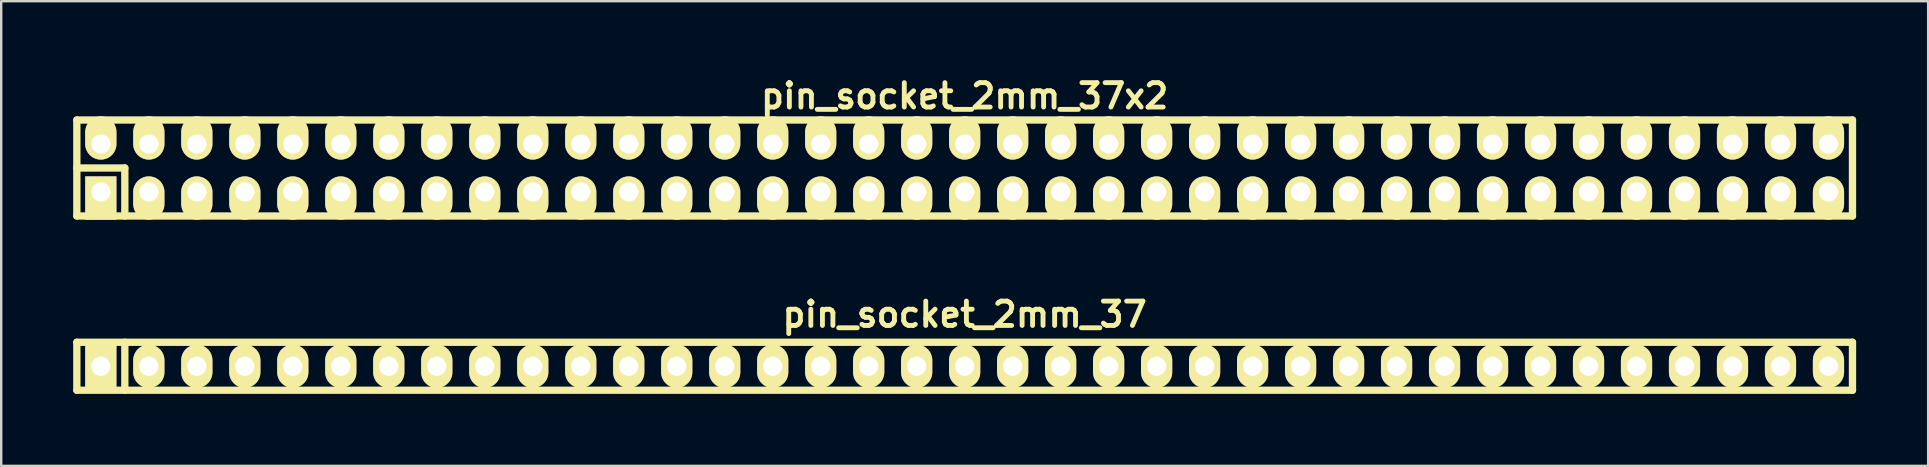
<source format=kicad_pcb>
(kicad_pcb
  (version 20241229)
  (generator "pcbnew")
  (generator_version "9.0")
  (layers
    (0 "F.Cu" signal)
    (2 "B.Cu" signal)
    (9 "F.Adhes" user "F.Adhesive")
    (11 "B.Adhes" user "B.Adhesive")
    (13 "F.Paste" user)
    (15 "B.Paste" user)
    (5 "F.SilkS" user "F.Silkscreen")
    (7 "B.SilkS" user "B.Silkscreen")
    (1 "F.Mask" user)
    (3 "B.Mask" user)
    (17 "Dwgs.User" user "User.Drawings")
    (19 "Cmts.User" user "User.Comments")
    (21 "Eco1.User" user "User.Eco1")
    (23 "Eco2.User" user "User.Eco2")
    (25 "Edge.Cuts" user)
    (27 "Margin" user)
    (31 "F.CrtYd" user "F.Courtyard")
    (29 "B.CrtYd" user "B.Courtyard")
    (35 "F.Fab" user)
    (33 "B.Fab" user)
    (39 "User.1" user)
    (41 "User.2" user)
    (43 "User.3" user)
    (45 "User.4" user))
  (footprint "pin_socket_2mm_37"
    (layer "F.Cu")
    (at 37.152 12.213)
    (property "Reference" "pin_socket_2mm_37" (at 0 -2.159 0) (layer "F.SilkS") (effects (font (size 1.016 1.016) (thickness 0.203))))
    (attr through_hole)
    (fp_line (start -37 -1) (end 37 -1) (stroke (width 0.305) (type solid)) (layer "F.SilkS"))
    (fp_line (start -37 1) (end -37 -1) (stroke (width 0.305) (type solid)) (layer "F.SilkS"))
    (fp_line (start -35 -1) (end -35 1) (stroke (width 0.305) (type solid)) (layer "F.SilkS"))
    (fp_line (start 37 -1) (end 37 1) (stroke (width 0.305) (type solid)) (layer "F.SilkS"))
    (fp_line (start 37 1) (end -37 1) (stroke (width 0.305) (type solid)) (layer "F.SilkS"))
    (pad "1" thru_hole rect (at -36 0) (size 1.3 1.8) (drill 0.8) (layers "*.Cu" "*.Mask" "F.SilkS"))
    (pad "2" thru_hole oval (at -34 0) (size 1.3 1.8) (drill 0.8) (layers "*.Cu" "*.Mask" "F.SilkS"))
    (pad "3" thru_hole oval (at -32 0) (size 1.3 1.8) (drill 0.8) (layers "*.Cu" "*.Mask" "F.SilkS"))
    (pad "4" thru_hole oval (at -30 0) (size 1.3 1.8) (drill 0.8) (layers "*.Cu" "*.Mask" "F.SilkS"))
    (pad "5" thru_hole oval (at -28 0) (size 1.3 1.8) (drill 0.8) (layers "*.Cu" "*.Mask" "F.SilkS"))
    (pad "6" thru_hole oval (at -26 0) (size 1.3 1.8) (drill 0.8) (layers "*.Cu" "*.Mask" "F.SilkS"))
    (pad "7" thru_hole oval (at -24 0) (size 1.3 1.8) (drill 0.8) (layers "*.Cu" "*.Mask" "F.SilkS"))
    (pad "8" thru_hole oval (at -22 0) (size 1.3 1.8) (drill 0.8) (layers "*.Cu" "*.Mask" "F.SilkS"))
    (pad "9" thru_hole oval (at -20 0) (size 1.3 1.8) (drill 0.8) (layers "*.Cu" "*.Mask" "F.SilkS"))
    (pad "10" thru_hole oval (at -18 0) (size 1.3 1.8) (drill 0.8) (layers "*.Cu" "*.Mask" "F.SilkS"))
    (pad "11" thru_hole oval (at -16 0) (size 1.3 1.8) (drill 0.8) (layers "*.Cu" "*.Mask" "F.SilkS"))
    (pad "12" thru_hole oval (at -14 0) (size 1.3 1.8) (drill 0.8) (layers "*.Cu" "*.Mask" "F.SilkS"))
    (pad "13" thru_hole oval (at -12 0) (size 1.3 1.8) (drill 0.8) (layers "*.Cu" "*.Mask" "F.SilkS"))
    (pad "14" thru_hole oval (at -10 0) (size 1.3 1.8) (drill 0.8) (layers "*.Cu" "*.Mask" "F.SilkS"))
    (pad "15" thru_hole oval (at -8 0) (size 1.3 1.8) (drill 0.8) (layers "*.Cu" "*.Mask" "F.SilkS"))
    (pad "16" thru_hole oval (at -6 0) (size 1.3 1.8) (drill 0.8) (layers "*.Cu" "*.Mask" "F.SilkS"))
    (pad "17" thru_hole oval (at -4 0) (size 1.3 1.8) (drill 0.8) (layers "*.Cu" "*.Mask" "F.SilkS"))
    (pad "18" thru_hole oval (at -2 0) (size 1.3 1.8) (drill 0.8) (layers "*.Cu" "*.Mask" "F.SilkS"))
    (pad "19" thru_hole oval (at 0 0) (size 1.3 1.8) (drill 0.8) (layers "*.Cu" "*.Mask" "F.SilkS"))
    (pad "20" thru_hole oval (at 2 0) (size 1.3 1.8) (drill 0.8) (layers "*.Cu" "*.Mask" "F.SilkS"))
    (pad "21" thru_hole oval (at 4 0) (size 1.3 1.8) (drill 0.8) (layers "*.Cu" "*.Mask" "F.SilkS"))
    (pad "22" thru_hole oval (at 6 0) (size 1.3 1.8) (drill 0.8) (layers "*.Cu" "*.Mask" "F.SilkS"))
    (pad "23" thru_hole oval (at 8 0) (size 1.3 1.8) (drill 0.8) (layers "*.Cu" "*.Mask" "F.SilkS"))
    (pad "24" thru_hole oval (at 10 0) (size 1.3 1.8) (drill 0.8) (layers "*.Cu" "*.Mask" "F.SilkS"))
    (pad "25" thru_hole oval (at 12 0) (size 1.3 1.8) (drill 0.8) (layers "*.Cu" "*.Mask" "F.SilkS"))
    (pad "26" thru_hole oval (at 14 0) (size 1.3 1.8) (drill 0.8) (layers "*.Cu" "*.Mask" "F.SilkS"))
    (pad "27" thru_hole oval (at 16 0) (size 1.3 1.8) (drill 0.8) (layers "*.Cu" "*.Mask" "F.SilkS"))
    (pad "28" thru_hole oval (at 18 0) (size 1.3 1.8) (drill 0.8) (layers "*.Cu" "*.Mask" "F.SilkS"))
    (pad "29" thru_hole oval (at 20 0) (size 1.3 1.8) (drill 0.8) (layers "*.Cu" "*.Mask" "F.SilkS"))
    (pad "30" thru_hole oval (at 22 0) (size 1.3 1.8) (drill 0.8) (layers "*.Cu" "*.Mask" "F.SilkS"))
    (pad "31" thru_hole oval (at 24 0) (size 1.3 1.8) (drill 0.8) (layers "*.Cu" "*.Mask" "F.SilkS"))
    (pad "32" thru_hole oval (at 26 0) (size 1.3 1.8) (drill 0.8) (layers "*.Cu" "*.Mask" "F.SilkS"))
    (pad "33" thru_hole oval (at 28 0) (size 1.3 1.8) (drill 0.8) (layers "*.Cu" "*.Mask" "F.SilkS"))
    (pad "34" thru_hole oval (at 30 0) (size 1.3 1.8) (drill 0.8) (layers "*.Cu" "*.Mask" "F.SilkS"))
    (pad "35" thru_hole oval (at 32 0) (size 1.3 1.8) (drill 0.8) (layers "*.Cu" "*.Mask" "F.SilkS"))
    (pad "36" thru_hole oval (at 34 0) (size 1.3 1.8) (drill 0.8) (layers "*.Cu" "*.Mask" "F.SilkS"))
    (pad "37" thru_hole oval (at 36 0) (size 1.3 1.8) (drill 0.8) (layers "*.Cu" "*.Mask" "F.SilkS")))
  (footprint "pin_socket_2mm_37x2"
    (layer "F.Cu")
    (at 37.152 3.951)
    (property "Reference" "pin_socket_2mm_37x2" (at 0 -3 0) (layer "F.SilkS") (effects (font (size 1.016 1.016) (thickness 0.203))))
    (attr through_hole)
    (fp_line (start -37 -2) (end 37 -2) (stroke (width 0.305) (type solid)) (layer "F.SilkS"))
    (fp_line (start -37 0) (end -35 0) (stroke (width 0.305) (type solid)) (layer "F.SilkS"))
    (fp_line (start -37 2) (end -37 -2) (stroke (width 0.305) (type solid)) (layer "F.SilkS"))
    (fp_line (start -35 0) (end -35 2) (stroke (width 0.305) (type solid)) (layer "F.SilkS"))
    (fp_line (start 37 -2) (end 37 2) (stroke (width 0.305) (type solid)) (layer "F.SilkS"))
    (fp_line (start 37 2) (end -37 2) (stroke (width 0.305) (type solid)) (layer "F.SilkS"))
    (pad "1" thru_hole rect (at -36 1) (size 1.3 1.8) (drill 0.8 (offset 0 0.25)) (layers "*.Cu" "*.Mask" "F.SilkS"))
    (pad "2" thru_hole oval (at -36 -1) (size 1.3 1.8) (drill 0.8 (offset 0 -0.25)) (layers "*.Cu" "*.Mask" "F.SilkS"))
    (pad "3" thru_hole oval (at -34 1) (size 1.3 1.8) (drill 0.8 (offset 0 0.25)) (layers "*.Cu" "*.Mask" "F.SilkS"))
    (pad "4" thru_hole oval (at -34 -1) (size 1.3 1.8) (drill 0.8 (offset 0 -0.25)) (layers "*.Cu" "*.Mask" "F.SilkS"))
    (pad "5" thru_hole oval (at -32 1) (size 1.3 1.8) (drill 0.8 (offset 0 0.25)) (layers "*.Cu" "*.Mask" "F.SilkS"))
    (pad "6" thru_hole oval (at -32 -1) (size 1.3 1.8) (drill 0.8 (offset 0 -0.25)) (layers "*.Cu" "*.Mask" "F.SilkS"))
    (pad "7" thru_hole oval (at -30 1) (size 1.3 1.8) (drill 0.8 (offset 0 0.25)) (layers "*.Cu" "*.Mask" "F.SilkS"))
    (pad "8" thru_hole oval (at -30 -1) (size 1.3 1.8) (drill 0.8 (offset 0 -0.25)) (layers "*.Cu" "*.Mask" "F.SilkS"))
    (pad "9" thru_hole oval (at -28 1) (size 1.3 1.8) (drill 0.8 (offset 0 0.25)) (layers "*.Cu" "*.Mask" "F.SilkS"))
    (pad "10" thru_hole oval (at -28 -1) (size 1.3 1.8) (drill 0.8 (offset 0 -0.25)) (layers "*.Cu" "*.Mask" "F.SilkS"))
    (pad "11" thru_hole oval (at -26 1) (size 1.3 1.8) (drill 0.8 (offset 0 0.25)) (layers "*.Cu" "*.Mask" "F.SilkS"))
    (pad "12" thru_hole oval (at -26 -1) (size 1.3 1.8) (drill 0.8 (offset 0 -0.25)) (layers "*.Cu" "*.Mask" "F.SilkS"))
    (pad "13" thru_hole oval (at -24 1) (size 1.3 1.8) (drill 0.8 (offset 0 0.25)) (layers "*.Cu" "*.Mask" "F.SilkS"))
    (pad "14" thru_hole oval (at -24 -1) (size 1.3 1.8) (drill 0.8 (offset 0 -0.25)) (layers "*.Cu" "*.Mask" "F.SilkS"))
    (pad "15" thru_hole oval (at -22 1) (size 1.3 1.8) (drill 0.8 (offset 0 0.25)) (layers "*.Cu" "*.Mask" "F.SilkS"))
    (pad "16" thru_hole oval (at -22 -1) (size 1.3 1.8) (drill 0.8 (offset 0 -0.25)) (layers "*.Cu" "*.Mask" "F.SilkS"))
    (pad "17" thru_hole oval (at -20 1) (size 1.3 1.8) (drill 0.8 (offset 0 0.25)) (layers "*.Cu" "*.Mask" "F.SilkS"))
    (pad "18" thru_hole oval (at -20 -1) (size 1.3 1.8) (drill 0.8 (offset 0 -0.25)) (layers "*.Cu" "*.Mask" "F.SilkS"))
    (pad "19" thru_hole oval (at -18 1) (size 1.3 1.8) (drill 0.8 (offset 0 0.25)) (layers "*.Cu" "*.Mask" "F.SilkS"))
    (pad "20" thru_hole oval (at -18 -1) (size 1.3 1.8) (drill 0.8 (offset 0 -0.25)) (layers "*.Cu" "*.Mask" "F.SilkS"))
    (pad "21" thru_hole oval (at -16 1) (size 1.3 1.8) (drill 0.8 (offset 0 0.25)) (layers "*.Cu" "*.Mask" "F.SilkS"))
    (pad "22" thru_hole oval (at -16 -1) (size 1.3 1.8) (drill 0.8 (offset 0 -0.25)) (layers "*.Cu" "*.Mask" "F.SilkS"))
    (pad "23" thru_hole oval (at -14 1) (size 1.3 1.8) (drill 0.8 (offset 0 0.25)) (layers "*.Cu" "*.Mask" "F.SilkS"))
    (pad "24" thru_hole oval (at -14 -1) (size 1.3 1.8) (drill 0.8 (offset 0 -0.25)) (layers "*.Cu" "*.Mask" "F.SilkS"))
    (pad "25" thru_hole oval (at -12 1) (size 1.3 1.8) (drill 0.8 (offset 0 0.25)) (layers "*.Cu" "*.Mask" "F.SilkS"))
    (pad "26" thru_hole oval (at -12 -1) (size 1.3 1.8) (drill 0.8 (offset 0 -0.25)) (layers "*.Cu" "*.Mask" "F.SilkS"))
    (pad "27" thru_hole oval (at -10 1) (size 1.3 1.8) (drill 0.8 (offset 0 0.25)) (layers "*.Cu" "*.Mask" "F.SilkS"))
    (pad "28" thru_hole oval (at -10 -1) (size 1.3 1.8) (drill 0.8 (offset 0 -0.25)) (layers "*.Cu" "*.Mask" "F.SilkS"))
    (pad "29" thru_hole oval (at -8 1) (size 1.3 1.8) (drill 0.8 (offset 0 0.25)) (layers "*.Cu" "*.Mask" "F.SilkS"))
    (pad "30" thru_hole oval (at -8 -1) (size 1.3 1.8) (drill 0.8 (offset 0 -0.25)) (layers "*.Cu" "*.Mask" "F.SilkS"))
    (pad "31" thru_hole oval (at -6 1) (size 1.3 1.8) (drill 0.8 (offset 0 0.25)) (layers "*.Cu" "*.Mask" "F.SilkS"))
    (pad "32" thru_hole oval (at -6 -1) (size 1.3 1.8) (drill 0.8 (offset 0 -0.25)) (layers "*.Cu" "*.Mask" "F.SilkS"))
    (pad "33" thru_hole oval (at -4 1) (size 1.3 1.8) (drill 0.8 (offset 0 0.25)) (layers "*.Cu" "*.Mask" "F.SilkS"))
    (pad "34" thru_hole oval (at -4 -1) (size 1.3 1.8) (drill 0.8 (offset 0 -0.25)) (layers "*.Cu" "*.Mask" "F.SilkS"))
    (pad "35" thru_hole oval (at -2 1) (size 1.3 1.8) (drill 0.8 (offset 0 0.25)) (layers "*.Cu" "*.Mask" "F.SilkS"))
    (pad "36" thru_hole oval (at -2 -1) (size 1.3 1.8) (drill 0.8 (offset 0 -0.25)) (layers "*.Cu" "*.Mask" "F.SilkS"))
    (pad "37" thru_hole oval (at 0 1) (size 1.3 1.8) (drill 0.8 (offset 0 0.25)) (layers "*.Cu" "*.Mask" "F.SilkS"))
    (pad "38" thru_hole oval (at 0 -1) (size 1.3 1.8) (drill 0.8 (offset 0 -0.25)) (layers "*.Cu" "*.Mask" "F.SilkS"))
    (pad "39" thru_hole oval (at 2 1) (size 1.3 1.8) (drill 0.8 (offset 0 0.25)) (layers "*.Cu" "*.Mask" "F.SilkS"))
    (pad "40" thru_hole oval (at 2 -1) (size 1.3 1.8) (drill 0.8 (offset 0 -0.25)) (layers "*.Cu" "*.Mask" "F.SilkS"))
    (pad "41" thru_hole oval (at 4 1) (size 1.3 1.8) (drill 0.8 (offset 0 0.25)) (layers "*.Cu" "*.Mask" "F.SilkS"))
    (pad "42" thru_hole oval (at 4 -1) (size 1.3 1.8) (drill 0.8 (offset 0 -0.25)) (layers "*.Cu" "*.Mask" "F.SilkS"))
    (pad "43" thru_hole oval (at 6 1) (size 1.3 1.8) (drill 0.8 (offset 0 0.25)) (layers "*.Cu" "*.Mask" "F.SilkS"))
    (pad "44" thru_hole oval (at 6 -1) (size 1.3 1.8) (drill 0.8 (offset 0 -0.25)) (layers "*.Cu" "*.Mask" "F.SilkS"))
    (pad "45" thru_hole oval (at 8 1) (size 1.3 1.8) (drill 0.8 (offset 0 0.25)) (layers "*.Cu" "*.Mask" "F.SilkS"))
    (pad "46" thru_hole oval (at 8 -1) (size 1.3 1.8) (drill 0.8 (offset 0 -0.25)) (layers "*.Cu" "*.Mask" "F.SilkS"))
    (pad "47" thru_hole oval (at 10 1) (size 1.3 1.8) (drill 0.8 (offset 0 0.25)) (layers "*.Cu" "*.Mask" "F.SilkS"))
    (pad "48" thru_hole oval (at 10 -1) (size 1.3 1.8) (drill 0.8 (offset 0 -0.25)) (layers "*.Cu" "*.Mask" "F.SilkS"))
    (pad "49" thru_hole oval (at 12 1) (size 1.3 1.8) (drill 0.8 (offset 0 0.25)) (layers "*.Cu" "*.Mask" "F.SilkS"))
    (pad "50" thru_hole oval (at 12 -1) (size 1.3 1.8) (drill 0.8 (offset 0 -0.25)) (layers "*.Cu" "*.Mask" "F.SilkS"))
    (pad "51" thru_hole oval (at 14 1) (size 1.3 1.8) (drill 0.8 (offset 0 0.25)) (layers "*.Cu" "*.Mask" "F.SilkS"))
    (pad "52" thru_hole oval (at 14 -1) (size 1.3 1.8) (drill 0.8 (offset 0 -0.25)) (layers "*.Cu" "*.Mask" "F.SilkS"))
    (pad "53" thru_hole oval (at 16 1) (size 1.3 1.8) (drill 0.8 (offset 0 0.25)) (layers "*.Cu" "*.Mask" "F.SilkS"))
    (pad "54" thru_hole oval (at 16 -1) (size 1.3 1.8) (drill 0.8 (offset 0 -0.25)) (layers "*.Cu" "*.Mask" "F.SilkS"))
    (pad "55" thru_hole oval (at 18 1) (size 1.3 1.8) (drill 0.8 (offset 0 0.25)) (layers "*.Cu" "*.Mask" "F.SilkS"))
    (pad "56" thru_hole oval (at 18 -1) (size 1.3 1.8) (drill 0.8 (offset 0 -0.25)) (layers "*.Cu" "*.Mask" "F.SilkS"))
    (pad "57" thru_hole oval (at 20 1) (size 1.3 1.8) (drill 0.8 (offset 0 0.25)) (layers "*.Cu" "*.Mask" "F.SilkS"))
    (pad "58" thru_hole oval (at 20 -1) (size 1.3 1.8) (drill 0.8 (offset 0 -0.25)) (layers "*.Cu" "*.Mask" "F.SilkS"))
    (pad "59" thru_hole oval (at 22 1) (size 1.3 1.8) (drill 0.8 (offset 0 0.25)) (layers "*.Cu" "*.Mask" "F.SilkS"))
    (pad "60" thru_hole oval (at 22 -1) (size 1.3 1.8) (drill 0.8 (offset 0 -0.25)) (layers "*.Cu" "*.Mask" "F.SilkS"))
    (pad "61" thru_hole oval (at 24 1) (size 1.3 1.8) (drill 0.8 (offset 0 0.25)) (layers "*.Cu" "*.Mask" "F.SilkS"))
    (pad "62" thru_hole oval (at 24 -1) (size 1.3 1.8) (drill 0.8 (offset 0 -0.25)) (layers "*.Cu" "*.Mask" "F.SilkS"))
    (pad "63" thru_hole oval (at 26 1) (size 1.3 1.8) (drill 0.8 (offset 0 0.25)) (layers "*.Cu" "*.Mask" "F.SilkS"))
    (pad "64" thru_hole oval (at 26 -1) (size 1.3 1.8) (drill 0.8 (offset 0 -0.25)) (layers "*.Cu" "*.Mask" "F.SilkS"))
    (pad "65" thru_hole oval (at 28 1) (size 1.3 1.8) (drill 0.8 (offset 0 0.25)) (layers "*.Cu" "*.Mask" "F.SilkS"))
    (pad "66" thru_hole oval (at 28 -1) (size 1.3 1.8) (drill 0.8 (offset 0 -0.25)) (layers "*.Cu" "*.Mask" "F.SilkS"))
    (pad "67" thru_hole oval (at 30 1) (size 1.3 1.8) (drill 0.8 (offset 0 0.25)) (layers "*.Cu" "*.Mask" "F.SilkS"))
    (pad "68" thru_hole oval (at 30 -1) (size 1.3 1.8) (drill 0.8 (offset 0 -0.25)) (layers "*.Cu" "*.Mask" "F.SilkS"))
    (pad "69" thru_hole oval (at 32 1) (size 1.3 1.8) (drill 0.8 (offset 0 0.25)) (layers "*.Cu" "*.Mask" "F.SilkS"))
    (pad "70" thru_hole oval (at 32 -1) (size 1.3 1.8) (drill 0.8 (offset 0 -0.25)) (layers "*.Cu" "*.Mask" "F.SilkS"))
    (pad "71" thru_hole oval (at 34 1) (size 1.3 1.8) (drill 0.8 (offset 0 0.25)) (layers "*.Cu" "*.Mask" "F.SilkS"))
    (pad "72" thru_hole oval (at 34 -1) (size 1.3 1.8) (drill 0.8 (offset 0 -0.25)) (layers "*.Cu" "*.Mask" "F.SilkS"))
    (pad "73" thru_hole oval (at 36 1) (size 1.3 1.8) (drill 0.8 (offset 0 0.25)) (layers "*.Cu" "*.Mask" "F.SilkS"))
    (pad "74" thru_hole oval (at 36 -1) (size 1.3 1.8) (drill 0.8 (offset 0 -0.25)) (layers "*.Cu" "*.Mask" "F.SilkS")))
  (gr_rect
    (start -3 -3)
    (end 77.305 16.366)
    (stroke (width 0.1) (type default))
    (fill no)
    (layer "Edge.Cuts")))
</source>
